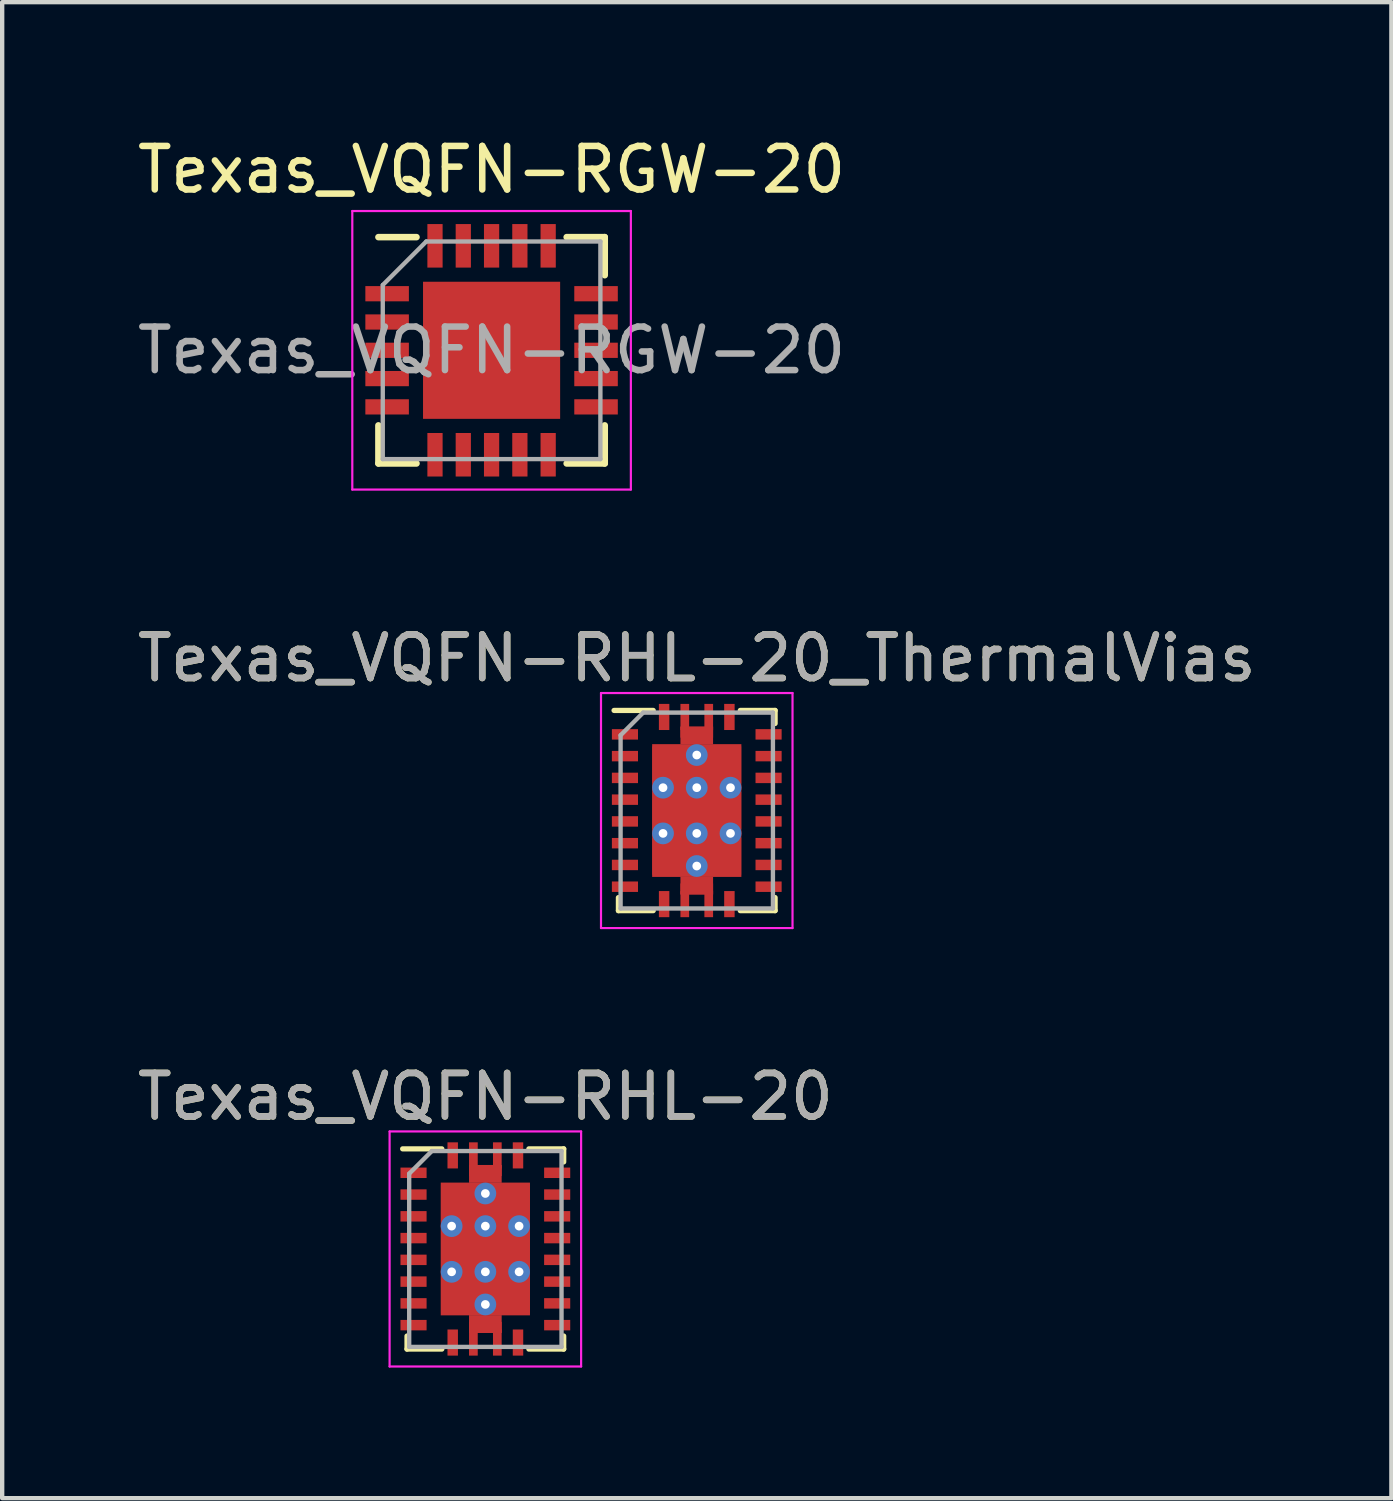
<source format=kicad_pcb>
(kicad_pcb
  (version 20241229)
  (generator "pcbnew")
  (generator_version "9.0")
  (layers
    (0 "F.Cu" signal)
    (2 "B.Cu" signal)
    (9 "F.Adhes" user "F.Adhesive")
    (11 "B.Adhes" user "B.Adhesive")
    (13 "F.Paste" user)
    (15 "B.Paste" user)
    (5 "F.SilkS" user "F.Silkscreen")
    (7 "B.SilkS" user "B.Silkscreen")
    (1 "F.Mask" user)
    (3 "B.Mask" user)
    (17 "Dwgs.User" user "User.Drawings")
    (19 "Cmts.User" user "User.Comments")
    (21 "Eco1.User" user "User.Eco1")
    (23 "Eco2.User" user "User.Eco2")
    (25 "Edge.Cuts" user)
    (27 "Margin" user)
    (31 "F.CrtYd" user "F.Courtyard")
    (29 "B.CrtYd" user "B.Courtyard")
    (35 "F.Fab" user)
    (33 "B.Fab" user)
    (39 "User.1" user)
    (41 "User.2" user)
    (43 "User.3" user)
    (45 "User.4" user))
  (footprint "Texas_VQFN-RHL-20_ThermalVias"
    (layer "F.Cu")
    (at 12.958 15.572)
    (property "Reference" "Texas_VQFN-RHL-20_ThermalVias" (at 0 -3.5 0) (layer "F.SilkS") (effects (font (size 1 1) (thickness 0.15))))
    (attr smd)
    (fp_line (start -1.9 -2.3) (end -1 -2.3) (stroke (width 0.12) (type solid)) (layer "F.SilkS"))
    (fp_line (start -1.8 2) (end -1.8 2.3) (stroke (width 0.12) (type solid)) (layer "F.SilkS"))
    (fp_line (start -1.8 2.3) (end -1 2.3) (stroke (width 0.12) (type solid)) (layer "F.SilkS"))
    (fp_line (start 1 -2.3) (end 1.8 -2.3) (stroke (width 0.12) (type solid)) (layer "F.SilkS"))
    (fp_line (start 1 2.3) (end 1.8 2.3) (stroke (width 0.12) (type solid)) (layer "F.SilkS"))
    (fp_line (start 1.8 -2.3) (end 1.8 -2) (stroke (width 0.12) (type solid)) (layer "F.SilkS"))
    (fp_line (start 1.8 2) (end 1.8 2.3) (stroke (width 0.12) (type solid)) (layer "F.SilkS"))
    (fp_line (start -2.2 -2.7) (end -2.2 2.7) (stroke (width 0.05) (type solid)) (layer "F.CrtYd"))
    (fp_line (start -2.2 -2.7) (end 2.2 -2.7) (stroke (width 0.05) (type solid)) (layer "F.CrtYd"))
    (fp_line (start -2.2 2.7) (end 2.2 2.7) (stroke (width 0.05) (type solid)) (layer "F.CrtYd"))
    (fp_line (start 2.2 -2.7) (end 2.2 2.7) (stroke (width 0.05) (type solid)) (layer "F.CrtYd"))
    (fp_line (start -1.75 -1.73) (end -1.75 2.25) (stroke (width 0.1) (type solid)) (layer "F.Fab"))
    (fp_line (start -1.75 -1.73) (end -1.23 -2.25) (stroke (width 0.1) (type solid)) (layer "F.Fab"))
    (fp_line (start -1.75 2.25) (end 1.75 2.25) (stroke (width 0.1) (type solid)) (layer "F.Fab"))
    (fp_line (start -1.23 -2.25) (end 1.75 -2.25) (stroke (width 0.1) (type solid)) (layer "F.Fab"))
    (fp_line (start 1.75 -2.25) (end 1.75 2.25) (stroke (width 0.1) (type solid)) (layer "F.Fab"))
    (fp_text user "${REFERENCE}" (at 0 -3.5 0) (layer "F.Fab") (effects (font (size 1 1) (thickness 0.15))))
    (pad "" smd rect (at -0.56 -1.05) (size 0.92 0.85) (layers "F.Cu" "F.Paste"))
    (pad "" smd rect (at -0.56 0) (size 0.92 0.85) (layers "F.Cu" "F.Paste"))
    (pad "" smd rect (at -0.56 1.05) (size 0.92 0.85) (layers "F.Cu" "F.Paste"))
    (pad "" smd rect (at 0 -1.8) (size 0.75 0.25) (layers "F.Cu" "F.Paste"))
    (pad "" smd rect (at 0 1.8) (size 0.75 0.25) (layers "F.Cu" "F.Paste"))
    (pad "" smd rect (at 0.56 -1.05) (size 0.92 0.85) (layers "F.Cu" "F.Paste"))
    (pad "" smd rect (at 0.56 0) (size 0.92 0.85) (layers "F.Cu" "F.Paste"))
    (pad "" smd rect (at 0.56 1.05) (size 0.92 0.85) (layers "F.Cu" "F.Paste"))
    (pad "1" smd rect (at -0.75 -2.15) (size 0.24 0.6) (layers "F.Cu" "F.Mask" "F.Paste"))
    (pad "2" smd rect (at -1.65 -1.75) (size 0.6 0.24) (layers "F.Cu" "F.Mask" "F.Paste"))
    (pad "3" smd rect (at -1.65 -1.25) (size 0.6 0.24) (layers "F.Cu" "F.Mask" "F.Paste"))
    (pad "4" smd rect (at -1.65 -0.75) (size 0.6 0.24) (layers "F.Cu" "F.Mask" "F.Paste"))
    (pad "5" smd rect (at -1.65 -0.25) (size 0.6 0.24) (layers "F.Cu" "F.Mask" "F.Paste"))
    (pad "6" smd rect (at -1.65 0.25) (size 0.6 0.24) (layers "F.Cu" "F.Mask" "F.Paste"))
    (pad "7" smd rect (at -1.65 0.75) (size 0.6 0.24) (layers "F.Cu" "F.Mask" "F.Paste"))
    (pad "8" smd rect (at -1.65 1.25) (size 0.6 0.24) (layers "F.Cu" "F.Mask" "F.Paste"))
    (pad "9" smd rect (at -1.65 1.75) (size 0.6 0.24) (layers "F.Cu" "F.Mask" "F.Paste"))
    (pad "10" smd rect (at -0.75 2.15) (size 0.24 0.6) (layers "F.Cu" "F.Mask" "F.Paste"))
    (pad "11" smd rect (at 0.75 2.15) (size 0.24 0.6) (layers "F.Cu" "F.Mask" "F.Paste"))
    (pad "12" smd rect (at 1.65 1.75) (size 0.6 0.24) (layers "F.Cu" "F.Mask" "F.Paste"))
    (pad "13" smd rect (at 1.65 1.25) (size 0.6 0.24) (layers "F.Cu" "F.Mask" "F.Paste"))
    (pad "14" smd rect (at 1.65 0.75) (size 0.6 0.24) (layers "F.Cu" "F.Mask" "F.Paste"))
    (pad "15" smd rect (at 1.65 0.25) (size 0.6 0.24) (layers "F.Cu" "F.Mask" "F.Paste"))
    (pad "16" smd rect (at 1.65 -0.25) (size 0.6 0.24) (layers "F.Cu" "F.Mask" "F.Paste"))
    (pad "17" smd rect (at 1.65 -0.75) (size 0.6 0.24) (layers "F.Cu" "F.Mask" "F.Paste"))
    (pad "18" smd rect (at 1.65 -1.25) (size 0.6 0.24) (layers "F.Cu" "F.Mask" "F.Paste"))
    (pad "19" smd rect (at 1.65 -1.75) (size 0.6 0.24) (layers "F.Cu" "F.Mask" "F.Paste"))
    (pad "20" smd rect (at 0.75 -2.15) (size 0.24 0.6) (layers "F.Cu" "F.Mask" "F.Paste"))
    (pad "21" thru_hole circle (at -0.775 -0.525) (size 0.5 0.5) (drill 0.2) (layers "*.Cu" "*.Mask"))
    (pad "21" thru_hole circle (at -0.775 0.525) (size 0.5 0.5) (drill 0.2) (layers "*.Cu" "*.Mask"))
    (pad "21" smd rect (at -0.275 -2.15) (size 0.2 0.6) (layers "F.Cu" "F.Mask" "F.Paste"))
    (pad "21" smd rect (at -0.275 2.15) (size 0.2 0.6) (layers "F.Cu" "F.Mask" "F.Paste"))
    (pad "21" smd rect (at 0 -1.725) (size 0.75 0.41) (layers "F.Cu" "F.Mask"))
    (pad "21" thru_hole circle (at 0 -1.275) (size 0.5 0.5) (drill 0.2) (layers "*.Cu" "*.Mask"))
    (pad "21" thru_hole circle (at 0 -0.525) (size 0.5 0.5) (drill 0.2) (layers "*.Cu" "*.Mask"))
    (pad "21" smd rect (at 0 0) (size 2.05 3.05) (layers "F.Cu" "F.Mask"))
    (pad "21" thru_hole circle (at 0 0.525) (size 0.5 0.5) (drill 0.2) (layers "*.Cu" "*.Mask"))
    (pad "21" thru_hole circle (at 0 1.275) (size 0.5 0.5) (drill 0.2) (layers "*.Cu" "*.Mask"))
    (pad "21" smd rect (at 0 1.725) (size 0.75 0.41) (layers "F.Cu" "F.Mask"))
    (pad "21" smd rect (at 0.275 -2.15) (size 0.2 0.6) (layers "F.Cu" "F.Mask" "F.Paste"))
    (pad "21" smd rect (at 0.275 2.15) (size 0.2 0.6) (layers "F.Cu" "F.Mask" "F.Paste"))
    (pad "21" thru_hole circle (at 0.775 -0.525) (size 0.5 0.5) (drill 0.2) (layers "*.Cu" "*.Mask"))
    (pad "21" thru_hole circle (at 0.775 0.525) (size 0.5 0.5) (drill 0.2) (layers "*.Cu" "*.Mask")))
  (footprint "Texas_VQFN-RGW-20"
    (layer "F.Cu")
    (at 8.244 4.998)
    (property "Reference" "Texas_VQFN-RGW-20" (at 0 -4.15 0) (layer "F.SilkS") (effects (font (size 1 1) (thickness 0.15))))
    (attr smd)
    (fp_line (start -2.6 -2.6) (end -1.725 -2.6) (stroke (width 0.15) (type solid)) (layer "F.SilkS"))
    (fp_line (start -2.6 2.6) (end -2.6 1.725) (stroke (width 0.15) (type solid)) (layer "F.SilkS"))
    (fp_line (start -2.6 2.6) (end -1.725 2.6) (stroke (width 0.15) (type solid)) (layer "F.SilkS"))
    (fp_line (start 2.6 -2.6) (end 1.725 -2.6) (stroke (width 0.15) (type solid)) (layer "F.SilkS"))
    (fp_line (start 2.6 -2.6) (end 2.6 -1.725) (stroke (width 0.15) (type solid)) (layer "F.SilkS"))
    (fp_line (start 2.6 2.6) (end 1.725 2.6) (stroke (width 0.15) (type solid)) (layer "F.SilkS"))
    (fp_line (start 2.6 2.6) (end 2.6 1.725) (stroke (width 0.15) (type solid)) (layer "F.SilkS"))
    (fp_line (start -3.2 -3.2) (end -3.2 3.2) (stroke (width 0.05) (type solid)) (layer "F.CrtYd"))
    (fp_line (start -3.2 -3.2) (end 3.2 -3.2) (stroke (width 0.05) (type solid)) (layer "F.CrtYd"))
    (fp_line (start -3.2 3.2) (end 3.2 3.2) (stroke (width 0.05) (type solid)) (layer "F.CrtYd"))
    (fp_line (start 3.2 -3.2) (end 3.2 3.2) (stroke (width 0.05) (type solid)) (layer "F.CrtYd"))
    (fp_line (start -2.5 -1.5) (end -1.5 -2.5) (stroke (width 0.1) (type solid)) (layer "F.Fab"))
    (fp_line (start -2.5 2.5) (end -2.5 -1.5) (stroke (width 0.1) (type solid)) (layer "F.Fab"))
    (fp_line (start -1.5 -2.5) (end 2.5 -2.5) (stroke (width 0.1) (type solid)) (layer "F.Fab"))
    (fp_line (start 2.5 -2.5) (end 2.5 2.5) (stroke (width 0.1) (type solid)) (layer "F.Fab"))
    (fp_line (start 2.5 2.5) (end -2.5 2.5) (stroke (width 0.1) (type solid)) (layer "F.Fab"))
    (fp_text user "${REFERENCE}" (at 0 0 0) (layer "F.Fab") (effects (font (size 1 1) (thickness 0.15))))
    (pad "1" smd rect (at -2.4 -1.3) (size 1 0.35) (layers "F.Cu" "F.Mask" "F.Paste"))
    (pad "2" smd rect (at -2.4 -0.65) (size 1 0.35) (layers "F.Cu" "F.Mask" "F.Paste"))
    (pad "3" smd rect (at -2.4 0) (size 1 0.35) (layers "F.Cu" "F.Mask" "F.Paste"))
    (pad "4" smd rect (at -2.4 0.65) (size 1 0.35) (layers "F.Cu" "F.Mask" "F.Paste"))
    (pad "5" smd rect (at -2.4 1.3) (size 1 0.35) (layers "F.Cu" "F.Mask" "F.Paste"))
    (pad "6" smd rect (at -1.3 2.4 90) (size 1 0.35) (layers "F.Cu" "F.Mask" "F.Paste"))
    (pad "7" smd rect (at -0.65 2.4 90) (size 1 0.35) (layers "F.Cu" "F.Mask" "F.Paste"))
    (pad "8" smd rect (at 0 2.4 90) (size 1 0.35) (layers "F.Cu" "F.Mask" "F.Paste"))
    (pad "9" smd rect (at 0.65 2.4 90) (size 1 0.35) (layers "F.Cu" "F.Mask" "F.Paste"))
    (pad "10" smd rect (at 1.3 2.4 90) (size 1 0.35) (layers "F.Cu" "F.Mask" "F.Paste"))
    (pad "11" smd rect (at 2.4 1.3) (size 1 0.35) (layers "F.Cu" "F.Mask" "F.Paste"))
    (pad "12" smd rect (at 2.4 0.65) (size 1 0.35) (layers "F.Cu" "F.Mask" "F.Paste"))
    (pad "13" smd rect (at 2.4 0) (size 1 0.35) (layers "F.Cu" "F.Mask" "F.Paste"))
    (pad "14" smd rect (at 2.4 -0.65) (size 1 0.35) (layers "F.Cu" "F.Mask" "F.Paste"))
    (pad "15" smd rect (at 2.4 -1.3) (size 1 0.35) (layers "F.Cu" "F.Mask" "F.Paste"))
    (pad "16" smd rect (at 1.3 -2.4 90) (size 1 0.35) (layers "F.Cu" "F.Mask" "F.Paste"))
    (pad "17" smd rect (at 0.65 -2.4 90) (size 1 0.35) (layers "F.Cu" "F.Mask" "F.Paste"))
    (pad "18" smd rect (at 0 -2.4 90) (size 1 0.35) (layers "F.Cu" "F.Mask" "F.Paste"))
    (pad "19" smd rect (at -0.65 -2.4 90) (size 1 0.35) (layers "F.Cu" "F.Mask" "F.Paste"))
    (pad "20" smd rect (at -1.3 -2.4 90) (size 1 0.35) (layers "F.Cu" "F.Mask" "F.Paste"))
    (pad "21" smd rect (at 0 0) (size 3.15 3.15) (layers "F.Cu" "F.Mask" "F.Paste")))
  (footprint "Texas_VQFN-RHL-20"
    (layer "F.Cu")
    (at 8.101 25.645)
    (property "Reference" "Texas_VQFN-RHL-20" (at 0 -3.5 0) (layer "F.SilkS") (effects (font (size 1 1) (thickness 0.15))))
    (attr smd)
    (fp_line (start -1.9 -2.3) (end -1 -2.3) (stroke (width 0.12) (type solid)) (layer "F.SilkS"))
    (fp_line (start -1.8 2) (end -1.8 2.3) (stroke (width 0.12) (type solid)) (layer "F.SilkS"))
    (fp_line (start -1.8 2.3) (end -1 2.3) (stroke (width 0.12) (type solid)) (layer "F.SilkS"))
    (fp_line (start 1 -2.3) (end 1.8 -2.3) (stroke (width 0.12) (type solid)) (layer "F.SilkS"))
    (fp_line (start 1 2.3) (end 1.8 2.3) (stroke (width 0.12) (type solid)) (layer "F.SilkS"))
    (fp_line (start 1.8 -2.3) (end 1.8 -2) (stroke (width 0.12) (type solid)) (layer "F.SilkS"))
    (fp_line (start 1.8 2) (end 1.8 2.3) (stroke (width 0.12) (type solid)) (layer "F.SilkS"))
    (fp_line (start -2.2 -2.7) (end -2.2 2.7) (stroke (width 0.05) (type solid)) (layer "F.CrtYd"))
    (fp_line (start -2.2 -2.7) (end 2.2 -2.7) (stroke (width 0.05) (type solid)) (layer "F.CrtYd"))
    (fp_line (start -2.2 2.7) (end 2.2 2.7) (stroke (width 0.05) (type solid)) (layer "F.CrtYd"))
    (fp_line (start 2.2 -2.7) (end 2.2 2.7) (stroke (width 0.05) (type solid)) (layer "F.CrtYd"))
    (fp_line (start -1.75 -1.73) (end -1.75 2.25) (stroke (width 0.1) (type solid)) (layer "F.Fab"))
    (fp_line (start -1.75 -1.73) (end -1.23 -2.25) (stroke (width 0.1) (type solid)) (layer "F.Fab"))
    (fp_line (start -1.75 2.25) (end 1.75 2.25) (stroke (width 0.1) (type solid)) (layer "F.Fab"))
    (fp_line (start -1.23 -2.25) (end 1.75 -2.25) (stroke (width 0.1) (type solid)) (layer "F.Fab"))
    (fp_line (start 1.75 -2.25) (end 1.75 2.25) (stroke (width 0.1) (type solid)) (layer "F.Fab"))
    (fp_text user "${REFERENCE}" (at 0 -3.5 0) (layer "F.Fab") (effects (font (size 1 1) (thickness 0.15))))
    (pad "" smd rect (at -0.56 -1.05) (size 0.92 0.85) (layers "F.Cu" "F.Paste"))
    (pad "" smd rect (at -0.56 0) (size 0.92 0.85) (layers "F.Cu" "F.Paste"))
    (pad "" smd rect (at -0.56 1.05) (size 0.92 0.85) (layers "F.Cu" "F.Paste"))
    (pad "" smd rect (at 0 -1.8) (size 0.75 0.25) (layers "F.Cu" "F.Paste"))
    (pad "" smd rect (at 0 1.8) (size 0.75 0.25) (layers "F.Cu" "F.Paste"))
    (pad "" smd rect (at 0.56 -1.05) (size 0.92 0.85) (layers "F.Cu" "F.Paste"))
    (pad "" smd rect (at 0.56 0) (size 0.92 0.85) (layers "F.Cu" "F.Paste"))
    (pad "" smd rect (at 0.56 1.05) (size 0.92 0.85) (layers "F.Cu" "F.Paste"))
    (pad "1" smd rect (at -0.75 -2.15) (size 0.24 0.6) (layers "F.Cu" "F.Mask" "F.Paste"))
    (pad "2" smd rect (at -1.65 -1.75) (size 0.6 0.24) (layers "F.Cu" "F.Mask" "F.Paste"))
    (pad "3" smd rect (at -1.65 -1.25) (size 0.6 0.24) (layers "F.Cu" "F.Mask" "F.Paste"))
    (pad "4" smd rect (at -1.65 -0.75) (size 0.6 0.24) (layers "F.Cu" "F.Mask" "F.Paste"))
    (pad "5" smd rect (at -1.65 -0.25) (size 0.6 0.24) (layers "F.Cu" "F.Mask" "F.Paste"))
    (pad "6" smd rect (at -1.65 0.25) (size 0.6 0.24) (layers "F.Cu" "F.Mask" "F.Paste"))
    (pad "7" smd rect (at -1.65 0.75) (size 0.6 0.24) (layers "F.Cu" "F.Mask" "F.Paste"))
    (pad "8" smd rect (at -1.65 1.25) (size 0.6 0.24) (layers "F.Cu" "F.Mask" "F.Paste"))
    (pad "9" smd rect (at -1.65 1.75) (size 0.6 0.24) (layers "F.Cu" "F.Mask" "F.Paste"))
    (pad "10" smd rect (at -0.75 2.15) (size 0.24 0.6) (layers "F.Cu" "F.Mask" "F.Paste"))
    (pad "11" smd rect (at 0.75 2.15) (size 0.24 0.6) (layers "F.Cu" "F.Mask" "F.Paste"))
    (pad "12" smd rect (at 1.65 1.75) (size 0.6 0.24) (layers "F.Cu" "F.Mask" "F.Paste"))
    (pad "13" smd rect (at 1.65 1.25) (size 0.6 0.24) (layers "F.Cu" "F.Mask" "F.Paste"))
    (pad "14" smd rect (at 1.65 0.75) (size 0.6 0.24) (layers "F.Cu" "F.Mask" "F.Paste"))
    (pad "15" smd rect (at 1.65 0.25) (size 0.6 0.24) (layers "F.Cu" "F.Mask" "F.Paste"))
    (pad "16" smd rect (at 1.65 -0.25) (size 0.6 0.24) (layers "F.Cu" "F.Mask" "F.Paste"))
    (pad "17" smd rect (at 1.65 -0.75) (size 0.6 0.24) (layers "F.Cu" "F.Mask" "F.Paste"))
    (pad "18" smd rect (at 1.65 -1.25) (size 0.6 0.24) (layers "F.Cu" "F.Mask" "F.Paste"))
    (pad "19" smd rect (at 1.65 -1.75) (size 0.6 0.24) (layers "F.Cu" "F.Mask" "F.Paste"))
    (pad "20" smd rect (at 0.75 -2.15) (size 0.24 0.6) (layers "F.Cu" "F.Mask" "F.Paste"))
    (pad "21" thru_hole circle (at -0.775 -0.525) (size 0.5 0.5) (drill 0.2) (layers "*.Cu" "*.Mask"))
    (pad "21" thru_hole circle (at -0.775 0.525) (size 0.5 0.5) (drill 0.2) (layers "*.Cu" "*.Mask"))
    (pad "21" smd rect (at -0.275 -2.15) (size 0.2 0.6) (layers "F.Cu" "F.Mask" "F.Paste"))
    (pad "21" smd rect (at -0.275 2.15) (size 0.2 0.6) (layers "F.Cu" "F.Mask" "F.Paste"))
    (pad "21" smd rect (at 0 -1.725) (size 0.75 0.41) (layers "F.Cu" "F.Mask"))
    (pad "21" thru_hole circle (at 0 -1.275) (size 0.5 0.5) (drill 0.2) (layers "*.Cu" "*.Mask"))
    (pad "21" thru_hole circle (at 0 -0.525) (size 0.5 0.5) (drill 0.2) (layers "*.Cu" "*.Mask"))
    (pad "21" smd rect (at 0 0) (size 2.05 3.05) (layers "F.Cu" "F.Mask"))
    (pad "21" thru_hole circle (at 0 0.525) (size 0.5 0.5) (drill 0.2) (layers "*.Cu" "*.Mask"))
    (pad "21" thru_hole circle (at 0 1.275) (size 0.5 0.5) (drill 0.2) (layers "*.Cu" "*.Mask"))
    (pad "21" smd rect (at 0 1.725) (size 0.75 0.41) (layers "F.Cu" "F.Mask"))
    (pad "21" smd rect (at 0.275 -2.15) (size 0.2 0.6) (layers "F.Cu" "F.Mask" "F.Paste"))
    (pad "21" smd rect (at 0.275 2.15) (size 0.2 0.6) (layers "F.Cu" "F.Mask" "F.Paste"))
    (pad "21" thru_hole circle (at 0.775 -0.525) (size 0.5 0.5) (drill 0.2) (layers "*.Cu" "*.Mask"))
    (pad "21" thru_hole circle (at 0.775 0.525) (size 0.5 0.5) (drill 0.2) (layers "*.Cu" "*.Mask")))
  (gr_rect
    (start -3 -3)
    (end 28.917 31.37)
    (stroke (width 0.1) (type default))
    (fill no)
    (layer "Edge.Cuts")))
</source>
